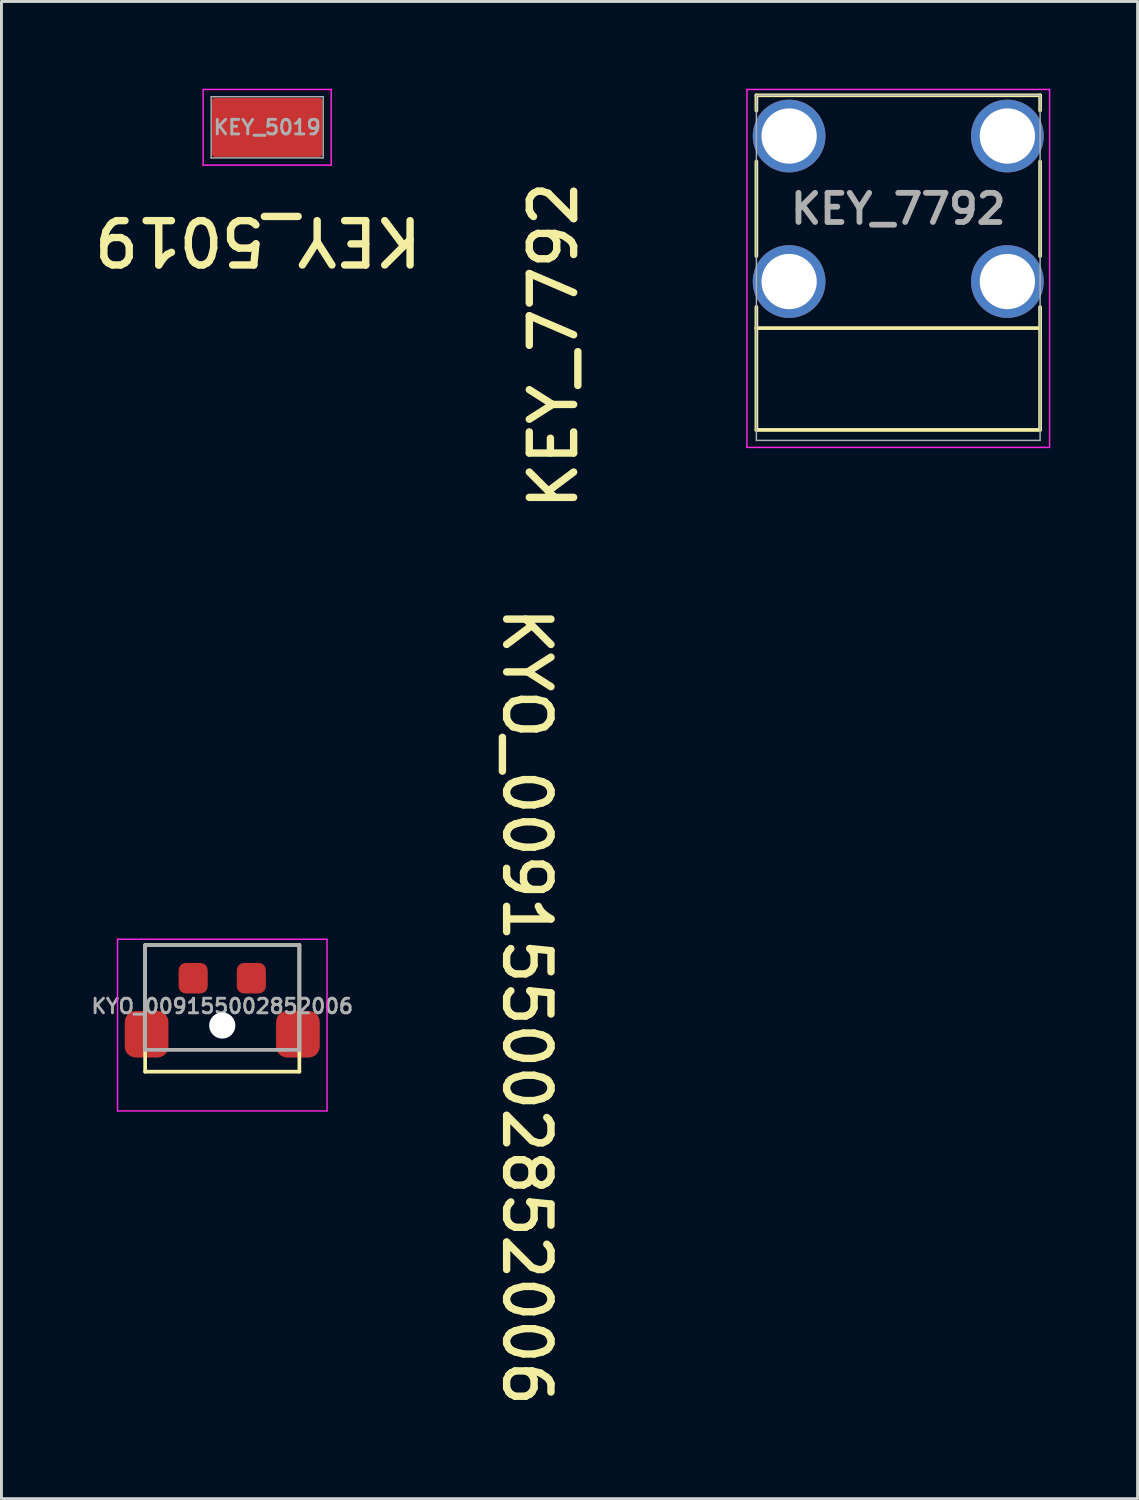
<source format=kicad_pcb>
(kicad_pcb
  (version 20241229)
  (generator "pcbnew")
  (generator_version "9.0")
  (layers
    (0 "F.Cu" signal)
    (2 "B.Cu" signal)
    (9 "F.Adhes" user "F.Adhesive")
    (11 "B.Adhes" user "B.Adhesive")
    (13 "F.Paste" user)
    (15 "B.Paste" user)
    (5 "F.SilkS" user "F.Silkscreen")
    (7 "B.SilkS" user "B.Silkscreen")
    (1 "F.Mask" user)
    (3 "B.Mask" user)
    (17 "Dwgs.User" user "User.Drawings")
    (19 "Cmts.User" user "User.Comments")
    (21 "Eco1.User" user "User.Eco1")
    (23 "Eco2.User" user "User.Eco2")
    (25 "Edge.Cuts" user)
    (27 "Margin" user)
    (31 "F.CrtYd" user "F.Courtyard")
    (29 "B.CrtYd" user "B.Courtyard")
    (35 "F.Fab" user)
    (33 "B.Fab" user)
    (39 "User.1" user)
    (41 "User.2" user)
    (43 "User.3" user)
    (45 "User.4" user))
  (footprint "KEY_5019"
    (layer "F.Cu")
    (at 6.131 1.325)
    (property "Reference" "KEY_5019" (at -0.314 3.899 180) (unlocked yes) (layer "F.SilkS") (effects (font (size 1.524 1.524) (thickness 0.254))))
    (fp_line (start -2.2 -1.3) (end -2.2 1.3) (stroke (width 0.05) (type solid)) (layer "F.CrtYd"))
    (fp_line (start -2.2 -1.3) (end 2.2 -1.3) (stroke (width 0.05) (type solid)) (layer "F.CrtYd"))
    (fp_line (start -2.2 1.3) (end 2.2 1.3) (stroke (width 0.05) (type solid)) (layer "F.CrtYd"))
    (fp_line (start 2.2 -1.3) (end 2.2 1.3) (stroke (width 0.05) (type solid)) (layer "F.CrtYd"))
    (fp_line (start -1.925 -1.05) (end -1.925 1.05) (stroke (width 0.05) (type solid)) (layer "F.Fab"))
    (fp_line (start -1.925 -1.05) (end 1.925 -1.05) (stroke (width 0.05) (type solid)) (layer "F.Fab"))
    (fp_line (start -1.925 1.05) (end 1.925 1.05) (stroke (width 0.05) (type solid)) (layer "F.Fab"))
    (fp_line (start 1.925 -1.05) (end 1.925 1.05) (stroke (width 0.05) (type solid)) (layer "F.Fab"))
    (fp_text user "${REFERENCE}" (at 0 0 0) (unlocked yes) (layer "F.Fab") (effects (font (size 0.5 0.5) (thickness 0.1) (bold yes))))
    (pad "1" smd roundrect (at 0 0) (size 3.8 2.03) (layers "F.Cu" "F.Mask" "F.Paste") (roundrect_rratio 0.05)))
  (footprint "KEY_7792"
    (layer "F.Cu")
    (at 27.818 4.125)
    (property "Reference" "KEY_7792" (at -11.847 4.692 90) (unlocked yes) (layer "F.SilkS") (effects (font (size 1.524 1.524) (thickness 0.254))))
    (fp_line (start -4.875 -3.9) (end -4.875 -3.375) (stroke (width 0.127) (type solid)) (layer "F.SilkS"))
    (fp_line (start -4.875 -1.625) (end -4.875 1.625) (stroke (width 0.127) (type solid)) (layer "F.SilkS"))
    (fp_line (start -4.875 3.375) (end -4.875 4.1) (stroke (width 0.127) (type solid)) (layer "F.SilkS"))
    (fp_line (start -4.875 4.1) (end -4.875 7.6) (stroke (width 0.127) (type solid)) (layer "F.SilkS"))
    (fp_line (start 4.875 -3.9) (end -4.875 -3.9) (stroke (width 0.127) (type solid)) (layer "F.SilkS"))
    (fp_line (start 4.875 -3.9) (end 4.875 -3.375) (stroke (width 0.127) (type solid)) (layer "F.SilkS"))
    (fp_line (start 4.875 -1.625) (end 4.875 1.625) (stroke (width 0.127) (type solid)) (layer "F.SilkS"))
    (fp_line (start 4.875 3.375) (end 4.875 4.1) (stroke (width 0.127) (type solid)) (layer "F.SilkS"))
    (fp_line (start 4.875 4.1) (end -4.875 4.1) (stroke (width 0.127) (type solid)) (layer "F.SilkS"))
    (fp_line (start 4.875 4.1) (end 4.875 7.6) (stroke (width 0.127) (type solid)) (layer "F.SilkS"))
    (fp_line (start 4.875 7.6) (end -4.875 7.6) (stroke (width 0.127) (type solid)) (layer "F.SilkS"))
    (fp_line (start -5.2 -4.1) (end -5.2 8.2) (stroke (width 0.05) (type solid)) (layer "F.CrtYd"))
    (fp_line (start 5.2 -4.1) (end -5.2 -4.1) (stroke (width 0.05) (type solid)) (layer "F.CrtYd"))
    (fp_line (start 5.2 -4.1) (end 5.2 8.2) (stroke (width 0.05) (type solid)) (layer "F.CrtYd"))
    (fp_line (start 5.2 8.2) (end -5.2 8.2) (stroke (width 0.05) (type solid)) (layer "F.CrtYd"))
    (fp_line (start -4.875 -3.9) (end -4.875 7.96) (stroke (width 0.05) (type solid)) (layer "F.Fab"))
    (fp_line (start 4.875 -3.9) (end -4.875 -3.9) (stroke (width 0.05) (type solid)) (layer "F.Fab"))
    (fp_line (start 4.875 -3.9) (end 4.875 7.96) (stroke (width 0.05) (type solid)) (layer "F.Fab"))
    (fp_line (start 4.875 7.96) (end -4.875 7.96) (stroke (width 0.05) (type solid)) (layer "F.Fab"))
    (fp_text user "${REFERENCE}" (at 0 0 0) (unlocked yes) (layer "F.Fab") (effects (font (size 1 1) (thickness 0.2) (bold yes))))
    (pad "1" thru_hole circle (at -3.75 -2.5) (size 2.5 2.5) (drill 1.9) (layers "*.Cu" "*.Mask"))
    (pad "1" thru_hole circle (at -3.75 2.5) (size 2.5 2.5) (drill 1.9) (layers "*.Cu" "*.Mask"))
    (pad "1" thru_hole circle (at 3.75 -2.5 180) (size 2.5 2.5) (drill 1.9) (layers "*.Cu" "*.Mask"))
    (pad "1" thru_hole circle (at 3.75 2.5 180) (size 2.5 2.5) (drill 1.9) (layers "*.Cu" "*.Mask")))
  (footprint "KYO_009155002852006"
    (layer "F.Cu")
    (at 4.588 31.528)
    (property "Reference" "KYO_009155002852006" (at 10.464 0.014 270) (unlocked yes) (layer "F.SilkS") (effects (font (size 1.524 1.524) (thickness 0.254))))
    (fp_line (start -2.65 -2.1) (end -2.65 2.25) (stroke (width 0.127) (type solid)) (layer "F.SilkS"))
    (fp_line (start -2.65 -2.1) (end 2.65 -2.1) (stroke (width 0.127) (type solid)) (layer "F.SilkS"))
    (fp_line (start -2.65 2.25) (end 2.65 2.25) (stroke (width 0.127) (type solid)) (layer "F.SilkS"))
    (fp_line (start 2.65 -2.1) (end 2.65 2.25) (stroke (width 0.127) (type solid)) (layer "F.SilkS"))
    (fp_line (start -3.6 -2.3) (end -3.6 3.6) (stroke (width 0.05) (type solid)) (layer "F.CrtYd"))
    (fp_line (start -3.6 -2.3) (end 3.6 -2.3) (stroke (width 0.05) (type solid)) (layer "F.CrtYd"))
    (fp_line (start -3.6 3.6) (end 3.6 3.6) (stroke (width 0.05) (type solid)) (layer "F.CrtYd"))
    (fp_line (start 3.6 -2.3) (end 3.6 3.6) (stroke (width 0.05) (type solid)) (layer "F.CrtYd"))
    (fp_line (start -2.65 -2.1) (end -2.65 1.5) (stroke (width 0.127) (type solid)) (layer "F.Fab"))
    (fp_line (start -2.65 -2.1) (end 2.65 -2.1) (stroke (width 0.127) (type solid)) (layer "F.Fab"))
    (fp_line (start -2.65 1.5) (end 2.65 1.5) (stroke (width 0.127) (type solid)) (layer "F.Fab"))
    (fp_line (start 2.65 -2.1) (end 2.65 1.5) (stroke (width 0.127) (type solid)) (layer "F.Fab"))
    (fp_text user "${REFERENCE}" (at 0 0 0) (unlocked yes) (layer "F.Fab") (effects (font (size 0.5 0.5) (thickness 0.1) (bold yes))))
    (pad "" smd roundrect (at -2.6 0.963) (size 1.5 1.6) (layers "F.Cu" "F.Mask" "F.Paste") (roundrect_rratio 0.25))
    (pad "" np_thru_hole circle (at 0 0.663) (size 0.9 0.9) (drill 0.9) (layers "*.Cu" "*.Mask"))
    (pad "" smd roundrect (at 2.6 0.963 180) (size 1.5 1.6) (layers "F.Cu" "F.Mask" "F.Paste") (roundrect_rratio 0.25))
    (pad "1" smd roundrect (at -1 -0.963) (size 1 1.05) (layers "F.Cu" "F.Mask" "F.Paste") (roundrect_rratio 0.25))
    (pad "2" smd roundrect (at 1 -0.963) (size 1 1.05) (layers "F.Cu" "F.Mask" "F.Paste") (roundrect_rratio 0.25)))
  (gr_rect
    (start -3 -3)
    (end 36.043 48.45)
    (stroke (width 0.1) (type default))
    (fill no)
    (layer "Edge.Cuts")))
</source>
